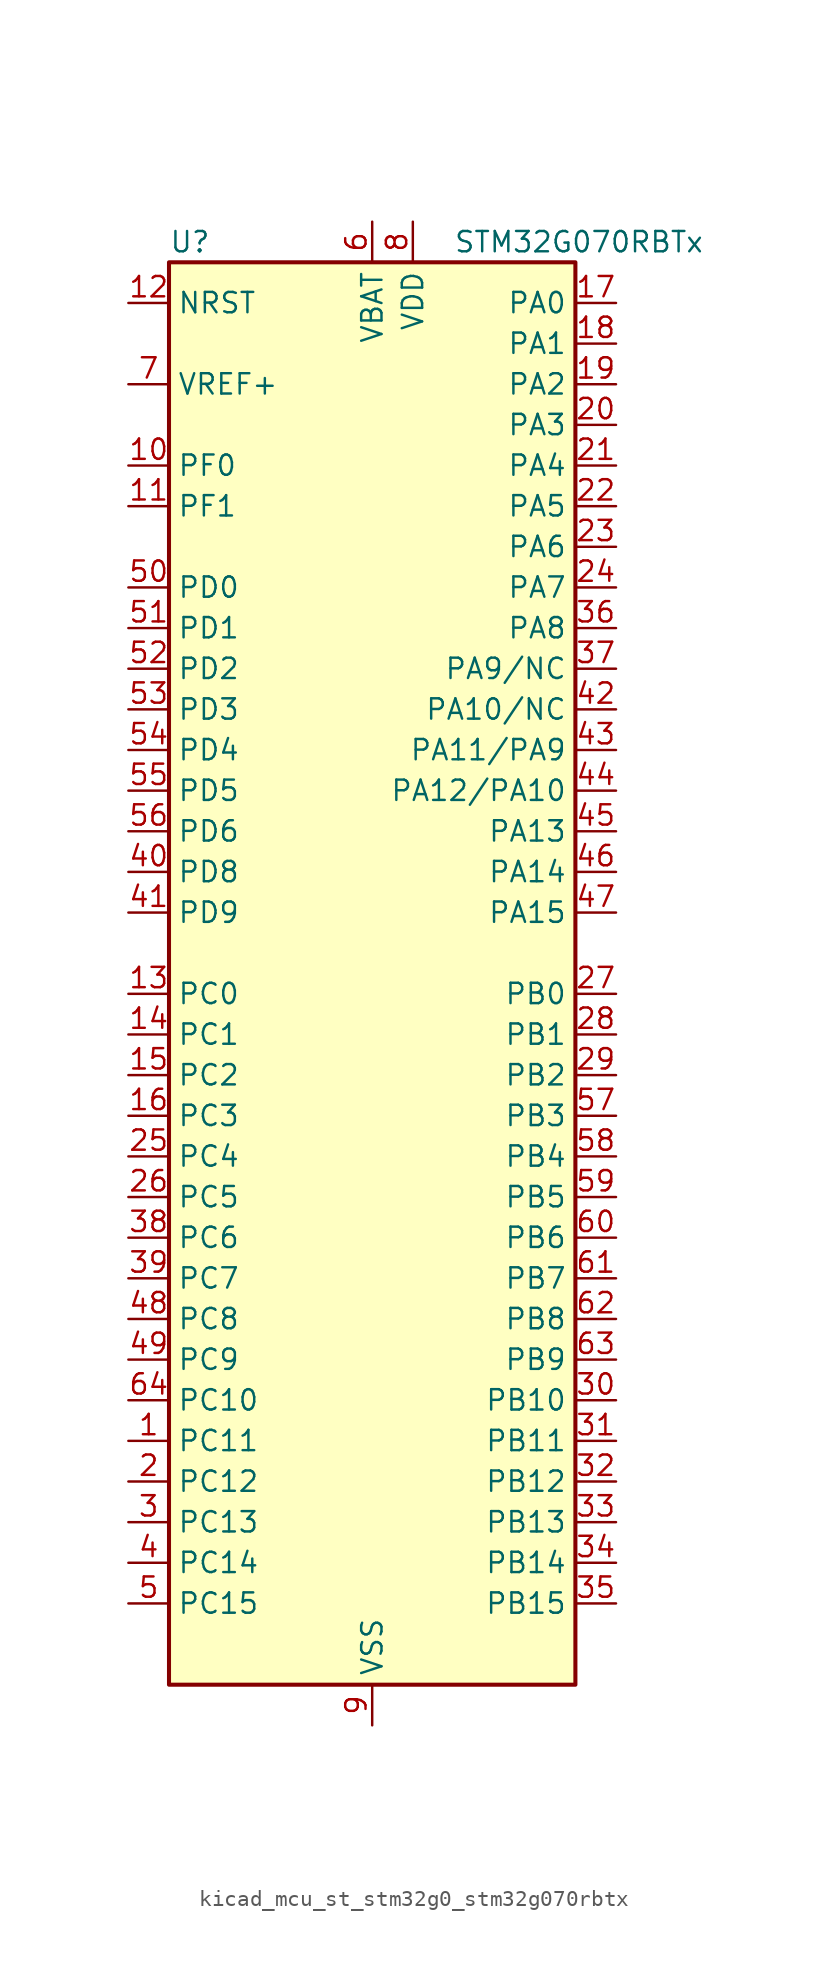
<source format=kicad_sym>
(kicad_symbol_lib
  (version 20220914)
  (generator kicad_symbol_editor)
  (symbol "kicad_mcu_st_stm32g0_stm32g070rbtx"
    (property "Reference" "U"
      (at -12.7 46.99 0)
      (effects (font (size 1.27 1.27)) (justify left)))
    (property "Value" "STM32G070RBTx"
      (at 5.08 46.99 0)
      (effects (font (size 1.27 1.27)) (justify left)))
    (property "ki_locked" ""
      (at 0 0 0)
      (effects (font (size 1.27 1.27))))
    (symbol "kicad_mcu_st_stm32g0_stm32g070rbtx_0_1"
      (rectangle (start -12.7 -43.18) (end 12.7 45.72) (stroke (width 0.254) (type default)) (fill (type background))))
    (symbol "kicad_mcu_st_stm32g0_stm32g070rbtx_1_1"
      (pin bidirectional line (at -15.24 -27.94 0) (length 2.54) (name "PC11" (effects (font (size 1.27 1.27)))) (number "1" (effects (font (size 1.27 1.27)))) (alternate "ADC1_EXTI11" bidirectional line) (alternate "TIM1_CH4" bidirectional line) (alternate "USART3_RX" bidirectional line) (alternate "USART4_RX" bidirectional line))
      (pin bidirectional line (at -15.24 33.02 0) (length 2.54) (name "PF0" (effects (font (size 1.27 1.27)))) (number "10" (effects (font (size 1.27 1.27)))) (alternate "RCC_OSC_IN" bidirectional line) (alternate "TIM14_CH1" bidirectional line))
      (pin bidirectional line (at -15.24 30.48 0) (length 2.54) (name "PF1" (effects (font (size 1.27 1.27)))) (number "11" (effects (font (size 1.27 1.27)))) (alternate "RCC_OSC_EN" bidirectional line) (alternate "RCC_OSC_OUT" bidirectional line) (alternate "TIM15_CH1N" bidirectional line))
      (pin input line (at -15.24 43.18 0) (length 2.54) (name "NRST" (effects (font (size 1.27 1.27)))) (number "12" (effects (font (size 1.27 1.27)))))
      (pin bidirectional line (at -15.24 0 0) (length 2.54) (name "PC0" (effects (font (size 1.27 1.27)))) (number "13" (effects (font (size 1.27 1.27)))))
      (pin bidirectional line (at -15.24 -2.54 0) (length 2.54) (name "PC1" (effects (font (size 1.27 1.27)))) (number "14" (effects (font (size 1.27 1.27)))) (alternate "TIM15_CH1" bidirectional line))
      (pin bidirectional line (at -15.24 -5.08 0) (length 2.54) (name "PC2" (effects (font (size 1.27 1.27)))) (number "15" (effects (font (size 1.27 1.27)))) (alternate "SPI2_MISO" bidirectional line) (alternate "TIM15_CH2" bidirectional line))
      (pin bidirectional line (at -15.24 -7.62 0) (length 2.54) (name "PC3" (effects (font (size 1.27 1.27)))) (number "16" (effects (font (size 1.27 1.27)))) (alternate "SPI2_MOSI" bidirectional line))
      (pin bidirectional line (at 15.24 43.18 180) (length 2.54) (name "PA0" (effects (font (size 1.27 1.27)))) (number "17" (effects (font (size 1.27 1.27)))) (alternate "ADC1_IN0" bidirectional line) (alternate "RTC_TAMP_IN2" bidirectional line) (alternate "SPI2_SCK" bidirectional line) (alternate "SYS_WKUP1" bidirectional line) (alternate "USART2_CTS" bidirectional line) (alternate "USART2_NSS" bidirectional line) (alternate "USART4_TX" bidirectional line))
      (pin bidirectional line (at 15.24 40.64 180) (length 2.54) (name "PA1" (effects (font (size 1.27 1.27)))) (number "18" (effects (font (size 1.27 1.27)))) (alternate "ADC1_IN1" bidirectional line) (alternate "I2C1_SMBA" bidirectional line) (alternate "I2S1_CK" bidirectional line) (alternate "SPI1_SCK" bidirectional line) (alternate "TIM15_CH1N" bidirectional line) (alternate "USART2_CK" bidirectional line) (alternate "USART2_DE" bidirectional line) (alternate "USART2_RTS" bidirectional line) (alternate "USART4_RX" bidirectional line))
      (pin bidirectional line (at 15.24 38.1 180) (length 2.54) (name "PA2" (effects (font (size 1.27 1.27)))) (number "19" (effects (font (size 1.27 1.27)))) (alternate "ADC1_IN2" bidirectional line) (alternate "I2S1_SD" bidirectional line) (alternate "RCC_LSCO" bidirectional line) (alternate "SPI1_MOSI" bidirectional line) (alternate "SYS_WKUP4" bidirectional line) (alternate "TIM15_CH1" bidirectional line) (alternate "USART2_TX" bidirectional line))
      (pin bidirectional line (at -15.24 -30.48 0) (length 2.54) (name "PC12" (effects (font (size 1.27 1.27)))) (number "2" (effects (font (size 1.27 1.27)))) (alternate "TIM14_CH1" bidirectional line))
      (pin bidirectional line (at 15.24 35.56 180) (length 2.54) (name "PA3" (effects (font (size 1.27 1.27)))) (number "20" (effects (font (size 1.27 1.27)))) (alternate "ADC1_IN3" bidirectional line) (alternate "SPI2_MISO" bidirectional line) (alternate "TIM15_CH2" bidirectional line) (alternate "USART2_RX" bidirectional line))
      (pin bidirectional line (at 15.24 33.02 180) (length 2.54) (name "PA4" (effects (font (size 1.27 1.27)))) (number "21" (effects (font (size 1.27 1.27)))) (alternate "ADC1_IN4" bidirectional line) (alternate "I2S1_WS" bidirectional line) (alternate "RTC_OUT_ALARM" bidirectional line) (alternate "RTC_OUT_CALIB" bidirectional line) (alternate "SPI1_NSS" bidirectional line) (alternate "SPI2_MOSI" bidirectional line) (alternate "TIM14_CH1" bidirectional line))
      (pin bidirectional line (at 15.24 30.48 180) (length 2.54) (name "PA5" (effects (font (size 1.27 1.27)))) (number "22" (effects (font (size 1.27 1.27)))) (alternate "ADC1_IN5" bidirectional line) (alternate "I2S1_CK" bidirectional line) (alternate "SPI1_SCK" bidirectional line) (alternate "USART3_TX" bidirectional line))
      (pin bidirectional line (at 15.24 27.94 180) (length 2.54) (name "PA6" (effects (font (size 1.27 1.27)))) (number "23" (effects (font (size 1.27 1.27)))) (alternate "ADC1_IN6" bidirectional line) (alternate "I2S1_MCK" bidirectional line) (alternate "SPI1_MISO" bidirectional line) (alternate "TIM16_CH1" bidirectional line) (alternate "TIM1_BK" bidirectional line) (alternate "TIM3_CH1" bidirectional line) (alternate "USART3_CTS" bidirectional line) (alternate "USART3_NSS" bidirectional line))
      (pin bidirectional line (at 15.24 25.4 180) (length 2.54) (name "PA7" (effects (font (size 1.27 1.27)))) (number "24" (effects (font (size 1.27 1.27)))) (alternate "ADC1_IN7" bidirectional line) (alternate "I2S1_SD" bidirectional line) (alternate "SPI1_MOSI" bidirectional line) (alternate "TIM14_CH1" bidirectional line) (alternate "TIM17_CH1" bidirectional line) (alternate "TIM1_CH1N" bidirectional line) (alternate "TIM3_CH2" bidirectional line))
      (pin bidirectional line (at -15.24 -10.16 0) (length 2.54) (name "PC4" (effects (font (size 1.27 1.27)))) (number "25" (effects (font (size 1.27 1.27)))) (alternate "ADC1_IN17" bidirectional line) (alternate "USART1_TX" bidirectional line) (alternate "USART3_TX" bidirectional line))
      (pin bidirectional line (at -15.24 -12.7 0) (length 2.54) (name "PC5" (effects (font (size 1.27 1.27)))) (number "26" (effects (font (size 1.27 1.27)))) (alternate "ADC1_IN18" bidirectional line) (alternate "SYS_WKUP5" bidirectional line) (alternate "USART1_RX" bidirectional line) (alternate "USART3_RX" bidirectional line))
      (pin bidirectional line (at 15.24 0 180) (length 2.54) (name "PB0" (effects (font (size 1.27 1.27)))) (number "27" (effects (font (size 1.27 1.27)))) (alternate "ADC1_IN8" bidirectional line) (alternate "I2S1_WS" bidirectional line) (alternate "SPI1_NSS" bidirectional line) (alternate "TIM1_CH2N" bidirectional line) (alternate "TIM3_CH3" bidirectional line) (alternate "USART3_RX" bidirectional line))
      (pin bidirectional line (at 15.24 -2.54 180) (length 2.54) (name "PB1" (effects (font (size 1.27 1.27)))) (number "28" (effects (font (size 1.27 1.27)))) (alternate "ADC1_IN9" bidirectional line) (alternate "TIM14_CH1" bidirectional line) (alternate "TIM1_CH3N" bidirectional line) (alternate "TIM3_CH4" bidirectional line) (alternate "USART3_CK" bidirectional line) (alternate "USART3_DE" bidirectional line) (alternate "USART3_RTS" bidirectional line))
      (pin bidirectional line (at 15.24 -5.08 180) (length 2.54) (name "PB2" (effects (font (size 1.27 1.27)))) (number "29" (effects (font (size 1.27 1.27)))) (alternate "ADC1_IN10" bidirectional line) (alternate "SPI2_MISO" bidirectional line) (alternate "USART3_TX" bidirectional line))
      (pin bidirectional line (at -15.24 -33.02 0) (length 2.54) (name "PC13" (effects (font (size 1.27 1.27)))) (number "3" (effects (font (size 1.27 1.27)))) (alternate "RTC_OUT_ALARM" bidirectional line) (alternate "RTC_OUT_CALIB" bidirectional line) (alternate "RTC_TAMP_IN1" bidirectional line) (alternate "RTC_TS" bidirectional line) (alternate "SYS_WKUP2" bidirectional line) (alternate "TIM1_BK" bidirectional line))
      (pin bidirectional line (at 15.24 -25.4 180) (length 2.54) (name "PB10" (effects (font (size 1.27 1.27)))) (number "30" (effects (font (size 1.27 1.27)))) (alternate "ADC1_IN11" bidirectional line) (alternate "I2C2_SCL" bidirectional line) (alternate "SPI2_SCK" bidirectional line) (alternate "USART3_TX" bidirectional line))
      (pin bidirectional line (at 15.24 -27.94 180) (length 2.54) (name "PB11" (effects (font (size 1.27 1.27)))) (number "31" (effects (font (size 1.27 1.27)))) (alternate "ADC1_EXTI11" bidirectional line) (alternate "ADC1_IN15" bidirectional line) (alternate "I2C2_SDA" bidirectional line) (alternate "SPI2_MOSI" bidirectional line) (alternate "USART3_RX" bidirectional line))
      (pin bidirectional line (at 15.24 -30.48 180) (length 2.54) (name "PB12" (effects (font (size 1.27 1.27)))) (number "32" (effects (font (size 1.27 1.27)))) (alternate "ADC1_IN16" bidirectional line) (alternate "SPI2_NSS" bidirectional line) (alternate "TIM15_BK" bidirectional line) (alternate "TIM1_BK" bidirectional line))
      (pin bidirectional line (at 15.24 -33.02 180) (length 2.54) (name "PB13" (effects (font (size 1.27 1.27)))) (number "33" (effects (font (size 1.27 1.27)))) (alternate "I2C2_SCL" bidirectional line) (alternate "SPI2_SCK" bidirectional line) (alternate "TIM15_CH1N" bidirectional line) (alternate "TIM1_CH1N" bidirectional line) (alternate "USART3_CTS" bidirectional line) (alternate "USART3_NSS" bidirectional line))
      (pin bidirectional line (at 15.24 -35.56 180) (length 2.54) (name "PB14" (effects (font (size 1.27 1.27)))) (number "34" (effects (font (size 1.27 1.27)))) (alternate "I2C2_SDA" bidirectional line) (alternate "SPI2_MISO" bidirectional line) (alternate "TIM15_CH1" bidirectional line) (alternate "TIM1_CH2N" bidirectional line) (alternate "USART3_CK" bidirectional line) (alternate "USART3_DE" bidirectional line) (alternate "USART3_RTS" bidirectional line))
      (pin bidirectional line (at 15.24 -38.1 180) (length 2.54) (name "PB15" (effects (font (size 1.27 1.27)))) (number "35" (effects (font (size 1.27 1.27)))) (alternate "RTC_REFIN" bidirectional line) (alternate "SPI2_MOSI" bidirectional line) (alternate "TIM15_CH1N" bidirectional line) (alternate "TIM15_CH2" bidirectional line) (alternate "TIM1_CH3N" bidirectional line))
      (pin bidirectional line (at 15.24 22.86 180) (length 2.54) (name "PA8" (effects (font (size 1.27 1.27)))) (number "36" (effects (font (size 1.27 1.27)))) (alternate "RCC_MCO" bidirectional line) (alternate "SPI2_NSS" bidirectional line) (alternate "TIM1_CH1" bidirectional line))
      (pin bidirectional line (at 15.24 20.32 180) (length 2.54) (name "PA9/NC" (effects (font (size 1.27 1.27)))) (number "37" (effects (font (size 1.27 1.27)))) (alternate "I2C1_SCL" bidirectional line) (alternate "RCC_MCO" bidirectional line) (alternate "SPI2_MISO" bidirectional line) (alternate "TIM15_BK" bidirectional line) (alternate "TIM1_CH2" bidirectional line) (alternate "USART1_TX" bidirectional line))
      (pin bidirectional line (at -15.24 -15.24 0) (length 2.54) (name "PC6" (effects (font (size 1.27 1.27)))) (number "38" (effects (font (size 1.27 1.27)))) (alternate "TIM3_CH1" bidirectional line))
      (pin bidirectional line (at -15.24 -17.78 0) (length 2.54) (name "PC7" (effects (font (size 1.27 1.27)))) (number "39" (effects (font (size 1.27 1.27)))) (alternate "TIM3_CH2" bidirectional line))
      (pin bidirectional line (at -15.24 -35.56 0) (length 2.54) (name "PC14" (effects (font (size 1.27 1.27)))) (number "4" (effects (font (size 1.27 1.27)))) (alternate "RCC_OSC32_IN" bidirectional line) (alternate "TIM1_BK2" bidirectional line))
      (pin bidirectional line (at -15.24 7.62 0) (length 2.54) (name "PD8" (effects (font (size 1.27 1.27)))) (number "40" (effects (font (size 1.27 1.27)))) (alternate "I2S1_CK" bidirectional line) (alternate "SPI1_SCK" bidirectional line) (alternate "USART3_TX" bidirectional line))
      (pin bidirectional line (at -15.24 5.08 0) (length 2.54) (name "PD9" (effects (font (size 1.27 1.27)))) (number "41" (effects (font (size 1.27 1.27)))) (alternate "I2S1_WS" bidirectional line) (alternate "SPI1_NSS" bidirectional line) (alternate "TIM1_BK2" bidirectional line) (alternate "USART3_RX" bidirectional line))
      (pin bidirectional line (at 15.24 17.78 180) (length 2.54) (name "PA10/NC" (effects (font (size 1.27 1.27)))) (number "42" (effects (font (size 1.27 1.27)))) (alternate "I2C1_SDA" bidirectional line) (alternate "SPI2_MOSI" bidirectional line) (alternate "TIM17_BK" bidirectional line) (alternate "TIM1_CH3" bidirectional line) (alternate "USART1_RX" bidirectional line))
      (pin bidirectional line (at 15.24 15.24 180) (length 2.54) (name "PA11/PA9" (effects (font (size 1.27 1.27)))) (number "43" (effects (font (size 1.27 1.27)))) (alternate "ADC1_EXTI11" bidirectional line) (alternate "I2C2_SCL" bidirectional line) (alternate "I2S1_MCK" bidirectional line) (alternate "SPI1_MISO" bidirectional line) (alternate "TIM1_BK2" bidirectional line) (alternate "TIM1_CH4" bidirectional line) (alternate "USART1_CTS" bidirectional line) (alternate "USART1_NSS" bidirectional line))
      (pin bidirectional line (at 15.24 12.7 180) (length 2.54) (name "PA12/PA10" (effects (font (size 1.27 1.27)))) (number "44" (effects (font (size 1.27 1.27)))) (alternate "I2C2_SDA" bidirectional line) (alternate "I2S1_SD" bidirectional line) (alternate "I2S_CKIN" bidirectional line) (alternate "SPI1_MOSI" bidirectional line) (alternate "TIM1_ETR" bidirectional line) (alternate "USART1_CK" bidirectional line) (alternate "USART1_DE" bidirectional line) (alternate "USART1_RTS" bidirectional line))
      (pin bidirectional line (at 15.24 10.16 180) (length 2.54) (name "PA13" (effects (font (size 1.27 1.27)))) (number "45" (effects (font (size 1.27 1.27)))) (alternate "IR_OUT" bidirectional line) (alternate "SYS_SWDIO" bidirectional line))
      (pin bidirectional line (at 15.24 7.62 180) (length 2.54) (name "PA14" (effects (font (size 1.27 1.27)))) (number "46" (effects (font (size 1.27 1.27)))) (alternate "SYS_SWCLK" bidirectional line) (alternate "USART2_TX" bidirectional line))
      (pin bidirectional line (at 15.24 5.08 180) (length 2.54) (name "PA15" (effects (font (size 1.27 1.27)))) (number "47" (effects (font (size 1.27 1.27)))) (alternate "I2S1_WS" bidirectional line) (alternate "SPI1_NSS" bidirectional line) (alternate "USART2_RX" bidirectional line) (alternate "USART3_CK" bidirectional line) (alternate "USART3_DE" bidirectional line) (alternate "USART3_RTS" bidirectional line) (alternate "USART4_CK" bidirectional line) (alternate "USART4_DE" bidirectional line) (alternate "USART4_RTS" bidirectional line))
      (pin bidirectional line (at -15.24 -20.32 0) (length 2.54) (name "PC8" (effects (font (size 1.27 1.27)))) (number "48" (effects (font (size 1.27 1.27)))) (alternate "TIM1_CH1" bidirectional line) (alternate "TIM3_CH3" bidirectional line))
      (pin bidirectional line (at -15.24 -22.86 0) (length 2.54) (name "PC9" (effects (font (size 1.27 1.27)))) (number "49" (effects (font (size 1.27 1.27)))) (alternate "I2S_CKIN" bidirectional line) (alternate "TIM1_CH2" bidirectional line) (alternate "TIM3_CH4" bidirectional line))
      (pin bidirectional line (at -15.24 -38.1 0) (length 2.54) (name "PC15" (effects (font (size 1.27 1.27)))) (number "5" (effects (font (size 1.27 1.27)))) (alternate "RCC_OSC32_EN" bidirectional line) (alternate "RCC_OSC32_OUT" bidirectional line) (alternate "RCC_OSC_EN" bidirectional line) (alternate "TIM15_BK" bidirectional line))
      (pin bidirectional line (at -15.24 25.4 0) (length 2.54) (name "PD0" (effects (font (size 1.27 1.27)))) (number "50" (effects (font (size 1.27 1.27)))) (alternate "SPI2_NSS" bidirectional line) (alternate "TIM16_CH1" bidirectional line))
      (pin bidirectional line (at -15.24 22.86 0) (length 2.54) (name "PD1" (effects (font (size 1.27 1.27)))) (number "51" (effects (font (size 1.27 1.27)))) (alternate "SPI2_SCK" bidirectional line) (alternate "TIM17_CH1" bidirectional line))
      (pin bidirectional line (at -15.24 20.32 0) (length 2.54) (name "PD2" (effects (font (size 1.27 1.27)))) (number "52" (effects (font (size 1.27 1.27)))) (alternate "TIM1_CH1N" bidirectional line) (alternate "TIM3_ETR" bidirectional line) (alternate "USART3_CK" bidirectional line) (alternate "USART3_DE" bidirectional line) (alternate "USART3_RTS" bidirectional line))
      (pin bidirectional line (at -15.24 17.78 0) (length 2.54) (name "PD3" (effects (font (size 1.27 1.27)))) (number "53" (effects (font (size 1.27 1.27)))) (alternate "SPI2_MISO" bidirectional line) (alternate "TIM1_CH2N" bidirectional line) (alternate "USART2_CTS" bidirectional line) (alternate "USART2_NSS" bidirectional line))
      (pin bidirectional line (at -15.24 15.24 0) (length 2.54) (name "PD4" (effects (font (size 1.27 1.27)))) (number "54" (effects (font (size 1.27 1.27)))) (alternate "SPI2_MOSI" bidirectional line) (alternate "TIM1_CH3N" bidirectional line) (alternate "USART2_CK" bidirectional line) (alternate "USART2_DE" bidirectional line) (alternate "USART2_RTS" bidirectional line))
      (pin bidirectional line (at -15.24 12.7 0) (length 2.54) (name "PD5" (effects (font (size 1.27 1.27)))) (number "55" (effects (font (size 1.27 1.27)))) (alternate "I2S1_MCK" bidirectional line) (alternate "SPI1_MISO" bidirectional line) (alternate "TIM1_BK" bidirectional line) (alternate "USART2_TX" bidirectional line))
      (pin bidirectional line (at -15.24 10.16 0) (length 2.54) (name "PD6" (effects (font (size 1.27 1.27)))) (number "56" (effects (font (size 1.27 1.27)))) (alternate "I2S1_SD" bidirectional line) (alternate "SPI1_MOSI" bidirectional line) (alternate "USART2_RX" bidirectional line))
      (pin bidirectional line (at 15.24 -7.62 180) (length 2.54) (name "PB3" (effects (font (size 1.27 1.27)))) (number "57" (effects (font (size 1.27 1.27)))) (alternate "I2S1_CK" bidirectional line) (alternate "SPI1_SCK" bidirectional line) (alternate "TIM1_CH2" bidirectional line) (alternate "USART1_CK" bidirectional line) (alternate "USART1_DE" bidirectional line) (alternate "USART1_RTS" bidirectional line))
      (pin bidirectional line (at 15.24 -10.16 180) (length 2.54) (name "PB4" (effects (font (size 1.27 1.27)))) (number "58" (effects (font (size 1.27 1.27)))) (alternate "I2S1_MCK" bidirectional line) (alternate "SPI1_MISO" bidirectional line) (alternate "TIM17_BK" bidirectional line) (alternate "TIM3_CH1" bidirectional line) (alternate "USART1_CTS" bidirectional line) (alternate "USART1_NSS" bidirectional line))
      (pin bidirectional line (at 15.24 -12.7 180) (length 2.54) (name "PB5" (effects (font (size 1.27 1.27)))) (number "59" (effects (font (size 1.27 1.27)))) (alternate "I2C1_SMBA" bidirectional line) (alternate "I2S1_SD" bidirectional line) (alternate "SPI1_MOSI" bidirectional line) (alternate "SYS_WKUP6" bidirectional line) (alternate "TIM16_BK" bidirectional line) (alternate "TIM3_CH2" bidirectional line))
      (pin power_in line (at 0 48.26 270) (length 2.54) (name "VBAT" (effects (font (size 1.27 1.27)))) (number "6" (effects (font (size 1.27 1.27)))))
      (pin bidirectional line (at 15.24 -15.24 180) (length 2.54) (name "PB6" (effects (font (size 1.27 1.27)))) (number "60" (effects (font (size 1.27 1.27)))) (alternate "I2C1_SCL" bidirectional line) (alternate "SPI2_MISO" bidirectional line) (alternate "TIM16_CH1N" bidirectional line) (alternate "TIM1_CH3" bidirectional line) (alternate "USART1_TX" bidirectional line))
      (pin bidirectional line (at 15.24 -17.78 180) (length 2.54) (name "PB7" (effects (font (size 1.27 1.27)))) (number "61" (effects (font (size 1.27 1.27)))) (alternate "I2C1_SDA" bidirectional line) (alternate "SPI2_MOSI" bidirectional line) (alternate "TIM17_CH1N" bidirectional line) (alternate "USART1_RX" bidirectional line) (alternate "USART4_CTS" bidirectional line) (alternate "USART4_NSS" bidirectional line))
      (pin bidirectional line (at 15.24 -20.32 180) (length 2.54) (name "PB8" (effects (font (size 1.27 1.27)))) (number "62" (effects (font (size 1.27 1.27)))) (alternate "I2C1_SCL" bidirectional line) (alternate "SPI2_SCK" bidirectional line) (alternate "TIM15_BK" bidirectional line) (alternate "TIM16_CH1" bidirectional line) (alternate "USART3_TX" bidirectional line))
      (pin bidirectional line (at 15.24 -22.86 180) (length 2.54) (name "PB9" (effects (font (size 1.27 1.27)))) (number "63" (effects (font (size 1.27 1.27)))) (alternate "I2C1_SDA" bidirectional line) (alternate "IR_OUT" bidirectional line) (alternate "SPI2_NSS" bidirectional line) (alternate "TIM17_CH1" bidirectional line) (alternate "USART3_RX" bidirectional line))
      (pin bidirectional line (at -15.24 -25.4 0) (length 2.54) (name "PC10" (effects (font (size 1.27 1.27)))) (number "64" (effects (font (size 1.27 1.27)))) (alternate "TIM1_CH3" bidirectional line) (alternate "USART3_TX" bidirectional line) (alternate "USART4_TX" bidirectional line))
      (pin input line (at -15.24 38.1 0) (length 2.54) (name "VREF+" (effects (font (size 1.27 1.27)))) (number "7" (effects (font (size 1.27 1.27)))))
      (pin power_in line (at 2.54 48.26 270) (length 2.54) (name "VDD" (effects (font (size 1.27 1.27)))) (number "8" (effects (font (size 1.27 1.27)))))
      (pin power_in line (at 0 -45.72 90) (length 2.54) (name "VSS" (effects (font (size 1.27 1.27)))) (number "9" (effects (font (size 1.27 1.27))))))))
</source>
